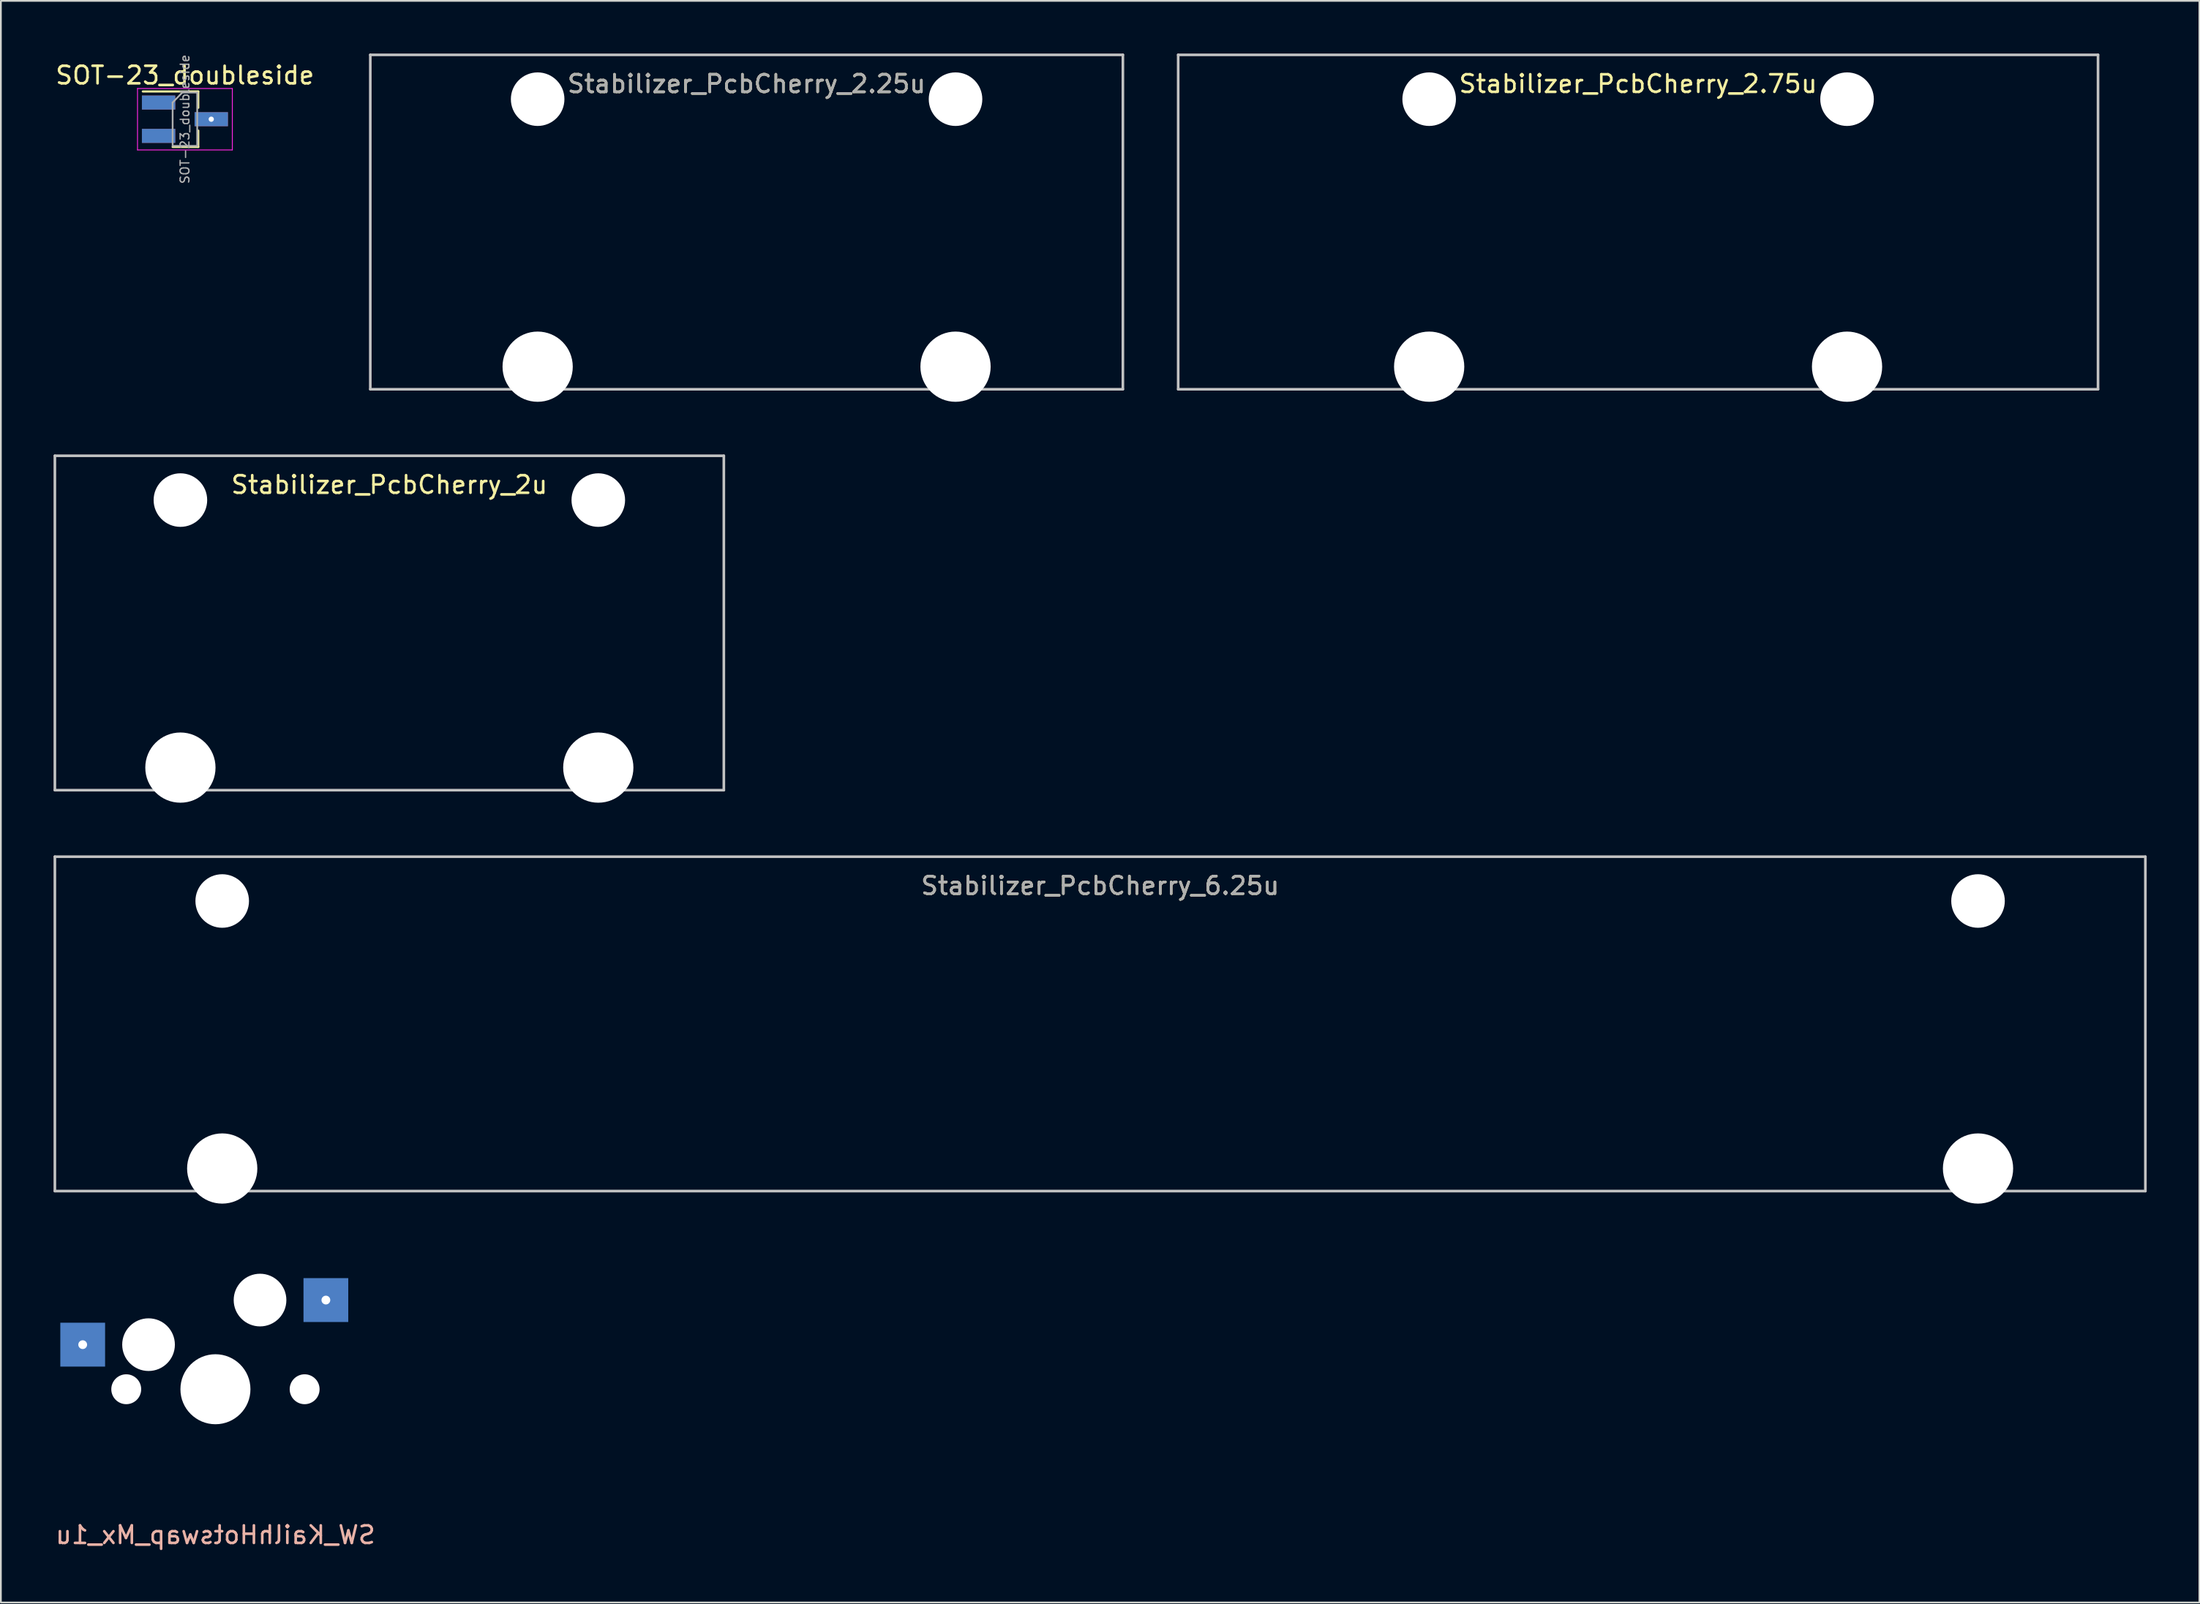
<source format=kicad_pcb>
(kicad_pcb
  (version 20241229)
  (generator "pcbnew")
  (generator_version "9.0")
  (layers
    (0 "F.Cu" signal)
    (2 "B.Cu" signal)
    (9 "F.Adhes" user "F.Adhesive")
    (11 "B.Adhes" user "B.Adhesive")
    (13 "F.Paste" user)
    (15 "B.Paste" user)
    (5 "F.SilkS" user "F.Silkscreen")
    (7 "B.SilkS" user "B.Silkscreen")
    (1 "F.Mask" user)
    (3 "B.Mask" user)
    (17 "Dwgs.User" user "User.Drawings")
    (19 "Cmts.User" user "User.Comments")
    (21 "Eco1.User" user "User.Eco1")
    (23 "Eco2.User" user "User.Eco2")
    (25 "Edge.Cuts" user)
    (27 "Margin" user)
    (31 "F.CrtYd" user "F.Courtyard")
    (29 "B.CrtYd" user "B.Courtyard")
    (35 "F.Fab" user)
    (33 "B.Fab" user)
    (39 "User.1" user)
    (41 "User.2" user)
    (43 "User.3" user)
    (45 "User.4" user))
  (footprint "Stabilizer_PcbCherry_2.75u"
    (layer "F.Cu")
    (at 90.246 9.6)
    (property "Reference" "Stabilizer_PcbCherry_2.75u" (at 0 -7.874 0) (layer "F.SilkS") (effects (font (size 1 1) (thickness 0.15))))
    (attr through_hole)
    (fp_line (start -26.194 -9.525) (end 26.194 -9.525) (stroke (width 0.15) (type solid)) (layer "Dwgs.User"))
    (fp_line (start -26.194 9.525) (end -26.194 -9.525) (stroke (width 0.15) (type solid)) (layer "Dwgs.User"))
    (fp_line (start 26.194 -9.525) (end 26.194 9.525) (stroke (width 0.15) (type solid)) (layer "Dwgs.User"))
    (fp_line (start 26.194 9.525) (end -26.194 9.525) (stroke (width 0.15) (type solid)) (layer "Dwgs.User"))
    (pad "" np_thru_hole circle (at -11.9 -7) (size 3.05 3.05) (drill 3.05) (layers "*.Cu" "*.Mask"))
    (pad "" np_thru_hole circle (at -11.9 8.24) (size 4 4) (drill 4) (layers "*.Cu" "*.Mask"))
    (pad "" np_thru_hole circle (at 11.9 -7) (size 3.05 3.05) (drill 3.05) (layers "*.Cu" "*.Mask"))
    (pad "" np_thru_hole circle (at 11.9 8.24) (size 4 4) (drill 4) (layers "*.Cu" "*.Mask")))
  (footprint "SOT-23_doubleside"
    (layer "F.Cu")
    (at 7.482 3.741)
    (property "Reference" "SOT-23_doubleside" (at 0 -2.5 0) (layer "F.SilkS") (effects (font (size 1 1) (thickness 0.15))))
    (attr smd)
    (fp_line (start 0.76 -1.58) (end -2.4 -1.58) (stroke (width 0.12) (type solid)) (layer "F.SilkS"))
    (fp_line (start 0.76 -1.58) (end 0.76 -0.65) (stroke (width 0.12) (type solid)) (layer "F.SilkS"))
    (fp_line (start 0.76 1.58) (end -0.7 1.58) (stroke (width 0.12) (type solid)) (layer "F.SilkS"))
    (fp_line (start 0.76 1.58) (end 0.76 0.65) (stroke (width 0.12) (type solid)) (layer "F.SilkS"))
    (fp_line (start -2.7 -1.75) (end 2.7 -1.75) (stroke (width 0.05) (type solid)) (layer "F.CrtYd"))
    (fp_line (start -2.7 1.75) (end -2.7 -1.75) (stroke (width 0.05) (type solid)) (layer "F.CrtYd"))
    (fp_line (start 2.7 -1.75) (end 2.7 1.75) (stroke (width 0.05) (type solid)) (layer "F.CrtYd"))
    (fp_line (start 2.7 1.75) (end -2.7 1.75) (stroke (width 0.05) (type solid)) (layer "F.CrtYd"))
    (fp_line (start -0.7 -0.95) (end -0.7 1.5) (stroke (width 0.1) (type solid)) (layer "F.Fab"))
    (fp_line (start -0.7 -0.95) (end -0.15 -1.52) (stroke (width 0.1) (type solid)) (layer "F.Fab"))
    (fp_line (start -0.7 1.52) (end 0.7 1.52) (stroke (width 0.1) (type solid)) (layer "F.Fab"))
    (fp_line (start -0.15 -1.52) (end 0.7 -1.52) (stroke (width 0.1) (type solid)) (layer "F.Fab"))
    (fp_line (start 0.7 -1.52) (end 0.7 1.52) (stroke (width 0.1) (type solid)) (layer "F.Fab"))
    (fp_text user "${REFERENCE}" (at 0 0 90) (layer "F.Fab") (effects (font (size 0.5 0.5) (thickness 0.075))))
    (pad "1" smd rect (at -1.5 -0.95) (size 1.9 0.8) (layers "F.Cu" "F.Mask" "F.Paste"))
    (pad "1" smd rect (at -1.5 0.95) (size 1.9 0.8) (layers "B.Cu" "B.Mask" "B.Paste"))
    (pad "2" smd rect (at -1.5 -0.95) (size 1.9 0.8) (layers "B.Cu" "B.Mask" "B.Paste"))
    (pad "2" smd rect (at -1.5 0.95) (size 1.9 0.8) (layers "F.Cu" "F.Mask" "F.Paste"))
    (pad "3" thru_hole rect (at 1.5 0) (size 1.9 0.8) (drill 0.3) (layers "*.Cu" "*.Mask")))
  (footprint "SW_KailhHotswap_Mx_1u"
    (layer "F.Cu")
    (at 9.22 76.095)
    (property "Reference" "SW_KailhHotswap_Mx_1u" (at 0 8.3 0) (layer "B.SilkS") (effects (font (size 1 1) (thickness 0.15)) (justify mirror)))
    (attr through_hole)
    (fp_line (start -7.5 -7.5) (end 7.5 -7.5) (stroke (width 0.15) (type solid)) (layer "Eco2.User"))
    (fp_line (start -7.5 7.5) (end -7.5 -7.5) (stroke (width 0.15) (type solid)) (layer "Eco2.User"))
    (fp_line (start -6.9 6.9) (end -6.9 -6.9) (stroke (width 0.15) (type solid)) (layer "Eco2.User"))
    (fp_line (start -6.9 6.9) (end 6.9 6.9) (stroke (width 0.15) (type solid)) (layer "Eco2.User"))
    (fp_line (start 6.9 -6.9) (end -6.9 -6.9) (stroke (width 0.15) (type solid)) (layer "Eco2.User"))
    (fp_line (start 6.9 -6.9) (end 6.9 6.9) (stroke (width 0.15) (type solid)) (layer "Eco2.User"))
    (fp_line (start 7.5 -7.5) (end 7.5 7.5) (stroke (width 0.15) (type solid)) (layer "Eco2.User"))
    (fp_line (start 7.5 7.5) (end -7.5 7.5) (stroke (width 0.15) (type solid)) (layer "Eco2.User"))
    (pad "" np_thru_hole circle (at -5.08 0) (size 1.702 1.702) (drill 1.702) (layers "*.Cu" "*.Mask"))
    (pad "" np_thru_hole circle (at -3.81 -2.54) (size 3 3) (drill 3) (layers "*.Cu" "*.Mask"))
    (pad "" np_thru_hole circle (at 0 0) (size 3.988 3.988) (drill 3.988) (layers "*.Cu" "*.Mask"))
    (pad "" np_thru_hole circle (at 2.54 -5.08) (size 3 3) (drill 3) (layers "*.Cu" "*.Mask"))
    (pad "" np_thru_hole circle (at 5.08 0) (size 1.702 1.702) (drill 1.702) (layers "*.Cu" "*.Mask"))
    (pad "1" thru_hole circle (at 6.29 -5.08) (size 0.8 0.8) (drill 0.5) (layers "*.Cu" "B.Mask"))
    (pad "1" smd rect (at 6.29 -5.08) (size 2.55 2.5) (layers "B.Cu" "B.Mask" "B.Paste"))
    (pad "2" thru_hole circle (at -7.56 -2.54) (size 0.8 0.8) (drill 0.5) (layers "*.Cu" "B.Mask"))
    (pad "2" smd rect (at -7.56 -2.54) (size 2.55 2.5) (layers "B.Cu" "B.Mask" "B.Paste")))
  (footprint "Stabilizer_PcbCherry_2u"
    (layer "F.Cu")
    (at 19.125 32.44)
    (property "Reference" "Stabilizer_PcbCherry_2u" (at 0 -7.874 0) (layer "F.SilkS") (effects (font (size 1 1) (thickness 0.15))))
    (attr through_hole)
    (fp_line (start -19.05 -9.525) (end 19.05 -9.525) (stroke (width 0.15) (type solid)) (layer "Dwgs.User"))
    (fp_line (start -19.05 9.525) (end -19.05 -9.525) (stroke (width 0.15) (type solid)) (layer "Dwgs.User"))
    (fp_line (start 19.05 -9.525) (end 19.05 9.525) (stroke (width 0.15) (type solid)) (layer "Dwgs.User"))
    (fp_line (start 19.05 9.525) (end -19.05 9.525) (stroke (width 0.15) (type solid)) (layer "Dwgs.User"))
    (pad "" np_thru_hole circle (at -11.9 -7) (size 3.05 3.05) (drill 3.05) (layers "*.Cu" "*.Mask"))
    (pad "" np_thru_hole circle (at -11.9 8.24) (size 4 4) (drill 4) (layers "*.Cu" "*.Mask"))
    (pad "" np_thru_hole circle (at 11.9 -7) (size 3.05 3.05) (drill 3.05) (layers "*.Cu" "*.Mask"))
    (pad "" np_thru_hole circle (at 11.9 8.24) (size 4 4) (drill 4) (layers "*.Cu" "*.Mask")))
  (footprint "Stabilizer_PcbCherry_6.25u"
    (layer "F.Cu")
    (at 59.606 55.28)
    (property "Reference" "Stabilizer_PcbCherry_6.25u" (at 0 -7.874 0) (layer "F.SilkS") (effects (font (size 1 1) (thickness 0.15))))
    (attr through_hole)
    (fp_line (start -59.531 -9.525) (end 59.531 -9.525) (stroke (width 0.15) (type solid)) (layer "Dwgs.User"))
    (fp_line (start -59.531 9.525) (end -59.531 -9.525) (stroke (width 0.15) (type solid)) (layer "Dwgs.User"))
    (fp_line (start 59.531 -9.525) (end 59.531 9.525) (stroke (width 0.15) (type solid)) (layer "Dwgs.User"))
    (fp_line (start 59.531 9.525) (end -59.531 9.525) (stroke (width 0.15) (type solid)) (layer "Dwgs.User"))
    (fp_text user "${REFERENCE}" (at 0 -7.874 0) (layer "F.Fab") (effects (font (size 1 1) (thickness 0.15))))
    (pad "" np_thru_hole circle (at -50 -7) (size 3.05 3.05) (drill 3.05) (layers "*.Cu" "*.Mask"))
    (pad "" np_thru_hole circle (at -50 8.24) (size 4 4) (drill 4) (layers "*.Cu" "*.Mask"))
    (pad "" np_thru_hole circle (at 50 -7) (size 3.05 3.05) (drill 3.05) (layers "*.Cu" "*.Mask"))
    (pad "" np_thru_hole circle (at 50 8.24) (size 4 4) (drill 4) (layers "*.Cu" "*.Mask")))
  (footprint "Stabilizer_PcbCherry_2.25u"
    (layer "F.Cu")
    (at 39.471 9.6)
    (property "Reference" "Stabilizer_PcbCherry_2.25u" (at 0 -7.874 0) (layer "F.SilkS") (effects (font (size 1 1) (thickness 0.15))))
    (attr through_hole)
    (fp_line (start -21.431 -9.525) (end 21.431 -9.525) (stroke (width 0.15) (type solid)) (layer "Dwgs.User"))
    (fp_line (start -21.431 9.525) (end -21.431 -9.525) (stroke (width 0.15) (type solid)) (layer "Dwgs.User"))
    (fp_line (start 21.431 -9.525) (end 21.431 9.525) (stroke (width 0.15) (type solid)) (layer "Dwgs.User"))
    (fp_line (start 21.431 9.525) (end -21.431 9.525) (stroke (width 0.15) (type solid)) (layer "Dwgs.User"))
    (fp_text user "${REFERENCE}" (at 0 -7.874 0) (layer "F.Fab") (effects (font (size 1 1) (thickness 0.15))))
    (pad "" np_thru_hole circle (at -11.9 -7) (size 3.05 3.05) (drill 3.05) (layers "*.Cu" "*.Mask"))
    (pad "" np_thru_hole circle (at -11.9 8.24) (size 4 4) (drill 4) (layers "*.Cu" "*.Mask"))
    (pad "" np_thru_hole circle (at 11.9 -7) (size 3.05 3.05) (drill 3.05) (layers "*.Cu" "*.Mask"))
    (pad "" np_thru_hole circle (at 11.9 8.24) (size 4 4) (drill 4) (layers "*.Cu" "*.Mask")))
  (gr_rect
    (start -3 -3)
    (end 122.213 88.243)
    (stroke (width 0.1) (type default))
    (fill no)
    (layer "Edge.Cuts")))
</source>
